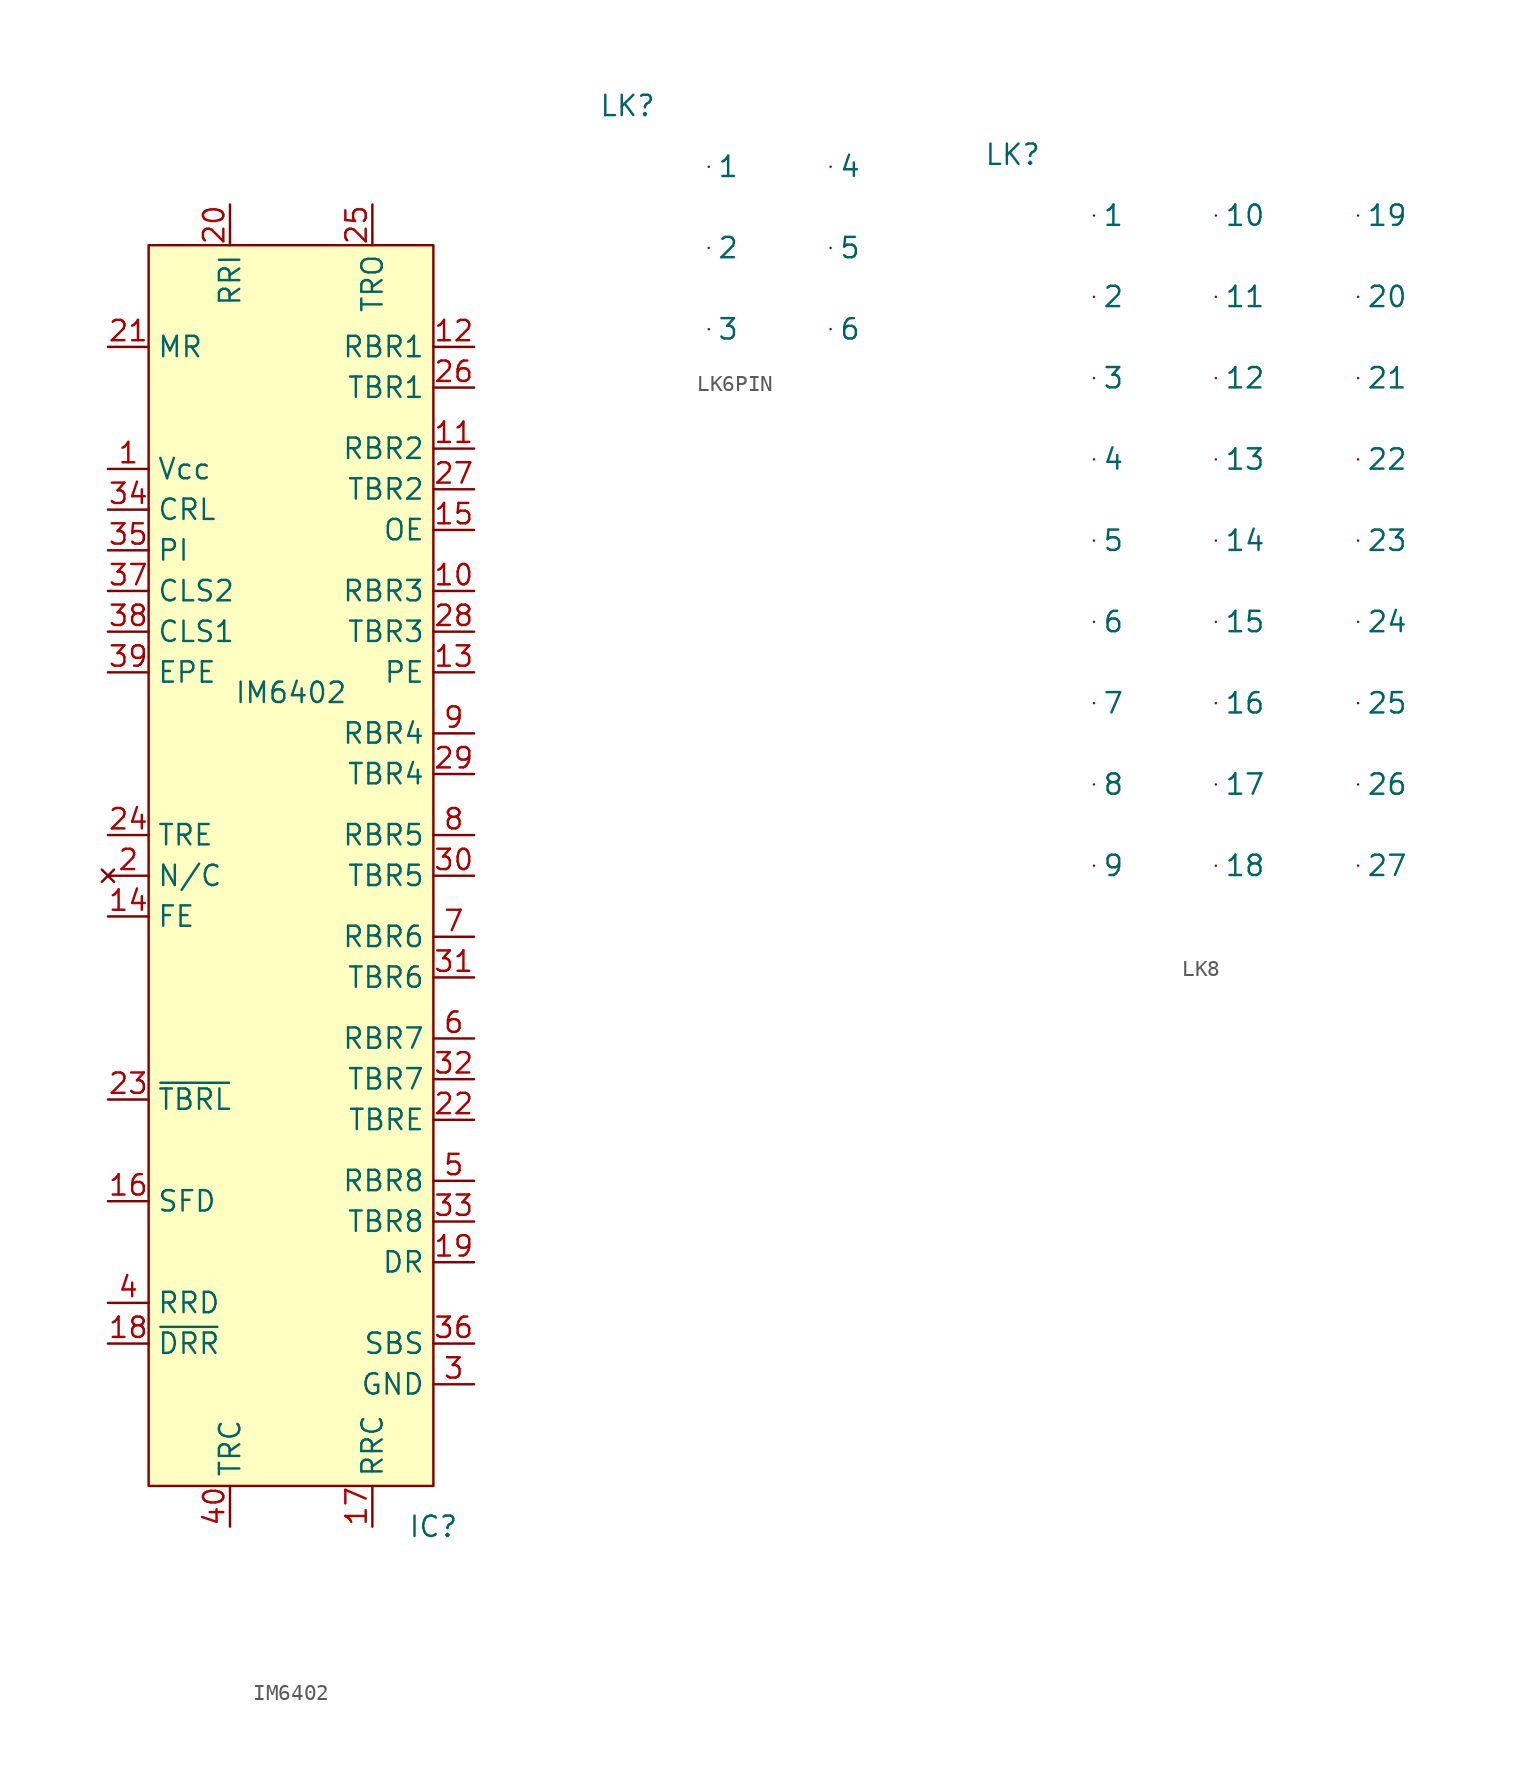
<source format=kicad_sym>
(kicad_symbol_lib
  (version 20220914)
  (generator kicad_symbol_editor)
  (symbol "IM6402"
    (property "Reference" "IC"
      (at 8.89 -41.91 0)
      (effects (font (size 1.27 1.27))))
    (property "Value" "IM6402"
      (at 0 10.16 0)
      (effects (font (size 1.27 1.27))))
    (symbol "IM6402_0_0"
      (pin power_in line (at -11.43 24.13 0) (length 2.54) (name "Vcc" (effects (font (size 1.27 1.27)))) (number "1" (effects (font (size 1.27 1.27)))))
      (pin output line (at 11.43 16.51 180) (length 2.54) (name "RBR3" (effects (font (size 1.27 1.27)))) (number "10" (effects (font (size 1.27 1.27)))))
      (pin output line (at 11.43 25.4 180) (length 2.54) (name "RBR2" (effects (font (size 1.27 1.27)))) (number "11" (effects (font (size 1.27 1.27)))))
      (pin output line (at 11.43 31.75 180) (length 2.54) (name "RBR1" (effects (font (size 1.27 1.27)))) (number "12" (effects (font (size 1.27 1.27)))))
      (pin output line (at 11.43 11.43 180) (length 2.54) (name "PE" (effects (font (size 1.27 1.27)))) (number "13" (effects (font (size 1.27 1.27)))))
      (pin output line (at -11.43 -3.81 0) (length 2.54) (name "FE" (effects (font (size 1.27 1.27)))) (number "14" (effects (font (size 1.27 1.27)))))
      (pin output line (at 11.43 20.32 180) (length 2.54) (name "OE" (effects (font (size 1.27 1.27)))) (number "15" (effects (font (size 1.27 1.27)))))
      (pin input line (at -11.43 -21.59 0) (length 2.54) (name "SFD" (effects (font (size 1.27 1.27)))) (number "16" (effects (font (size 1.27 1.27)))))
      (pin input line (at 5.08 -41.91 90) (length 2.54) (name "RRC" (effects (font (size 1.27 1.27)))) (number "17" (effects (font (size 1.27 1.27)))))
      (pin input line (at -11.43 -30.48 0) (length 2.54) (name "~{DRR}" (effects (font (size 1.27 1.27)))) (number "18" (effects (font (size 1.27 1.27)))))
      (pin output line (at 11.43 -25.4 180) (length 2.54) (name "DR" (effects (font (size 1.27 1.27)))) (number "19" (effects (font (size 1.27 1.27)))))
      (pin no_connect line (at -11.43 -1.27 0) (length 2.54) (name "N/C" (effects (font (size 1.27 1.27)))) (number "2" (effects (font (size 1.27 1.27)))))
      (pin input line (at -3.81 40.64 270) (length 2.54) (name "RRI" (effects (font (size 1.27 1.27)))) (number "20" (effects (font (size 1.27 1.27)))))
      (pin input line (at -11.43 31.75 0) (length 2.54) (name "MR" (effects (font (size 1.27 1.27)))) (number "21" (effects (font (size 1.27 1.27)))))
      (pin output line (at 11.43 -16.51 180) (length 2.54) (name "TBRE" (effects (font (size 1.27 1.27)))) (number "22" (effects (font (size 1.27 1.27)))))
      (pin input line (at -11.43 -15.24 0) (length 2.54) (name "~{TBRL}" (effects (font (size 1.27 1.27)))) (number "23" (effects (font (size 1.27 1.27)))))
      (pin output line (at -11.43 1.27 0) (length 2.54) (name "TRE" (effects (font (size 1.27 1.27)))) (number "24" (effects (font (size 1.27 1.27)))))
      (pin output line (at 5.08 40.64 270) (length 2.54) (name "TRO" (effects (font (size 1.27 1.27)))) (number "25" (effects (font (size 1.27 1.27)))))
      (pin input line (at 11.43 29.21 180) (length 2.54) (name "TBR1" (effects (font (size 1.27 1.27)))) (number "26" (effects (font (size 1.27 1.27)))))
      (pin input line (at 11.43 22.86 180) (length 2.54) (name "TBR2" (effects (font (size 1.27 1.27)))) (number "27" (effects (font (size 1.27 1.27)))))
      (pin input line (at 11.43 13.97 180) (length 2.54) (name "TBR3" (effects (font (size 1.27 1.27)))) (number "28" (effects (font (size 1.27 1.27)))))
      (pin input line (at 11.43 5.08 180) (length 2.54) (name "TBR4" (effects (font (size 1.27 1.27)))) (number "29" (effects (font (size 1.27 1.27)))))
      (pin power_in line (at 11.43 -33.02 180) (length 2.54) (name "GND" (effects (font (size 1.27 1.27)))) (number "3" (effects (font (size 1.27 1.27)))))
      (pin input line (at 11.43 -1.27 180) (length 2.54) (name "TBR5" (effects (font (size 1.27 1.27)))) (number "30" (effects (font (size 1.27 1.27)))))
      (pin input line (at 11.43 -7.62 180) (length 2.54) (name "TBR6" (effects (font (size 1.27 1.27)))) (number "31" (effects (font (size 1.27 1.27)))))
      (pin input line (at 11.43 -13.97 180) (length 2.54) (name "TBR7" (effects (font (size 1.27 1.27)))) (number "32" (effects (font (size 1.27 1.27)))))
      (pin input line (at 11.43 -22.86 180) (length 2.54) (name "TBR8" (effects (font (size 1.27 1.27)))) (number "33" (effects (font (size 1.27 1.27)))))
      (pin input line (at -11.43 21.59 0) (length 2.54) (name "CRL" (effects (font (size 1.27 1.27)))) (number "34" (effects (font (size 1.27 1.27)))))
      (pin input line (at -11.43 19.05 0) (length 2.54) (name "PI" (effects (font (size 1.27 1.27)))) (number "35" (effects (font (size 1.27 1.27)))))
      (pin input line (at 11.43 -30.48 180) (length 2.54) (name "SBS" (effects (font (size 1.27 1.27)))) (number "36" (effects (font (size 1.27 1.27)))))
      (pin input line (at -11.43 16.51 0) (length 2.54) (name "CLS2" (effects (font (size 1.27 1.27)))) (number "37" (effects (font (size 1.27 1.27)))))
      (pin input line (at -11.43 13.97 0) (length 2.54) (name "CLS1" (effects (font (size 1.27 1.27)))) (number "38" (effects (font (size 1.27 1.27)))))
      (pin input line (at -11.43 11.43 0) (length 2.54) (name "EPE" (effects (font (size 1.27 1.27)))) (number "39" (effects (font (size 1.27 1.27)))))
      (pin passive line (at -11.43 -27.94 0) (length 2.54) (name "RRD" (effects (font (size 1.27 1.27)))) (number "4" (effects (font (size 1.27 1.27)))))
      (pin input line (at -3.81 -41.91 90) (length 2.54) (name "TRC" (effects (font (size 1.27 1.27)))) (number "40" (effects (font (size 1.27 1.27)))))
      (pin output line (at 11.43 -20.32 180) (length 2.54) (name "RBR8" (effects (font (size 1.27 1.27)))) (number "5" (effects (font (size 1.27 1.27)))))
      (pin output line (at 11.43 -11.43 180) (length 2.54) (name "RBR7" (effects (font (size 1.27 1.27)))) (number "6" (effects (font (size 1.27 1.27)))))
      (pin output line (at 11.43 -5.08 180) (length 2.54) (name "RBR6" (effects (font (size 1.27 1.27)))) (number "7" (effects (font (size 1.27 1.27)))))
      (pin output line (at 11.43 1.27 180) (length 2.54) (name "RBR5" (effects (font (size 1.27 1.27)))) (number "8" (effects (font (size 1.27 1.27)))))
      (pin output line (at 11.43 7.62 180) (length 2.54) (name "RBR4" (effects (font (size 1.27 1.27)))) (number "9" (effects (font (size 1.27 1.27))))))
    (symbol "IM6402_1_1"
      (rectangle (start -8.89 38.1) (end 8.89 -39.37) (stroke (width 0) (type default)) (fill (type background)))))
  (symbol "LK6PIN"
    (pin_numbers hide)
    (property "Reference" "LK"
      (at -5.08 3.81 0)
      (effects (font (size 1.27 1.27))))
    (property "Value" ""
      (at 0 0 0)
      (effects (font (size 1.27 1.27))))
    (symbol "LK6PIN_1_0"
      (pin passive line (at 0 0 0) (length 0) (name "1" (effects (font (size 1.27 1.27)))) (number "1" (effects (font (size 1.27 1.27)))))
      (pin passive line (at 0 -5.08 0) (length 0) (name "2" (effects (font (size 1.27 1.27)))) (number "2" (effects (font (size 1.27 1.27)))))
      (pin passive line (at 0 -10.16 0) (length 0) (name "3" (effects (font (size 1.27 1.27)))) (number "3" (effects (font (size 1.27 1.27)))))
      (pin passive line (at 7.62 0 0) (length 0) (name "4" (effects (font (size 1.27 1.27)))) (number "4" (effects (font (size 1.27 1.27)))))
      (pin passive line (at 7.62 -5.08 0) (length 0) (name "5" (effects (font (size 1.27 1.27)))) (number "5" (effects (font (size 1.27 1.27)))))
      (pin passive line (at 7.62 -10.16 0) (length 0) (name "6" (effects (font (size 1.27 1.27)))) (number "6" (effects (font (size 1.27 1.27)))))))
  (symbol "LK8"
    (pin_numbers hide)
    (property "Reference" "LK"
      (at -5.08 3.81 0)
      (effects (font (size 1.27 1.27))))
    (property "Value" ""
      (at 0 0 0)
      (effects (font (size 1.27 1.27))))
    (symbol "LK8_1_0"
      (pin passive line (at 0 0 0) (length 0) (name "1" (effects (font (size 1.27 1.27)))) (number "1" (effects (font (size 1.27 1.27)))))
      (pin passive line (at 7.62 0 0) (length 0) (name "10" (effects (font (size 1.27 1.27)))) (number "10" (effects (font (size 1.27 1.27)))))
      (pin passive line (at 7.62 -5.08 0) (length 0) (name "11" (effects (font (size 1.27 1.27)))) (number "11" (effects (font (size 1.27 1.27)))))
      (pin passive line (at 7.62 -10.16 0) (length 0) (name "12" (effects (font (size 1.27 1.27)))) (number "12" (effects (font (size 1.27 1.27)))))
      (pin passive line (at 7.62 -15.24 0) (length 0) (name "13" (effects (font (size 1.27 1.27)))) (number "13" (effects (font (size 1.27 1.27)))))
      (pin passive line (at 7.62 -20.32 0) (length 0) (name "14" (effects (font (size 1.27 1.27)))) (number "14" (effects (font (size 1.27 1.27)))))
      (pin passive line (at 7.62 -25.4 0) (length 0) (name "15" (effects (font (size 1.27 1.27)))) (number "15" (effects (font (size 1.27 1.27)))))
      (pin passive line (at 7.62 -30.48 0) (length 0) (name "16" (effects (font (size 1.27 1.27)))) (number "16" (effects (font (size 1.27 1.27)))))
      (pin passive line (at 7.62 -35.56 0) (length 0) (name "17" (effects (font (size 1.27 1.27)))) (number "17" (effects (font (size 1.27 1.27)))))
      (pin passive line (at 7.62 -40.64 0) (length 0) (name "18" (effects (font (size 1.27 1.27)))) (number "18" (effects (font (size 1.27 1.27)))))
      (pin passive line (at 16.51 0 0) (length 0) (name "19" (effects (font (size 1.27 1.27)))) (number "19" (effects (font (size 1.27 1.27)))))
      (pin passive line (at 0 -5.08 0) (length 0) (name "2" (effects (font (size 1.27 1.27)))) (number "2" (effects (font (size 1.27 1.27)))))
      (pin passive line (at 16.51 -5.08 0) (length 0) (name "20" (effects (font (size 1.27 1.27)))) (number "20" (effects (font (size 1.27 1.27)))))
      (pin passive line (at 16.51 -10.16 0) (length 0) (name "21" (effects (font (size 1.27 1.27)))) (number "21" (effects (font (size 1.27 1.27)))))
      (pin passive line (at 16.51 -15.24 0) (length 0) (name "22" (effects (font (size 1.27 1.27)))) (number "22" (effects (font (size 1.27 1.27)))))
      (pin passive line (at 16.51 -20.32 0) (length 0) (name "23" (effects (font (size 1.27 1.27)))) (number "23" (effects (font (size 1.27 1.27)))))
      (pin passive line (at 16.51 -25.4 0) (length 0) (name "24" (effects (font (size 1.27 1.27)))) (number "24" (effects (font (size 1.27 1.27)))))
      (pin passive line (at 16.51 -30.48 0) (length 0) (name "25" (effects (font (size 1.27 1.27)))) (number "25" (effects (font (size 1.27 1.27)))))
      (pin passive line (at 16.51 -35.56 0) (length 0) (name "26" (effects (font (size 1.27 1.27)))) (number "26" (effects (font (size 1.27 1.27)))))
      (pin passive line (at 16.51 -40.64 0) (length 0) (name "27" (effects (font (size 1.27 1.27)))) (number "27" (effects (font (size 1.27 1.27)))))
      (pin passive line (at 0 -10.16 0) (length 0) (name "3" (effects (font (size 1.27 1.27)))) (number "3" (effects (font (size 1.27 1.27)))))
      (pin passive line (at 0 -15.24 0) (length 0) (name "4" (effects (font (size 1.27 1.27)))) (number "4" (effects (font (size 1.27 1.27)))))
      (pin passive line (at 0 -20.32 0) (length 0) (name "5" (effects (font (size 1.27 1.27)))) (number "5" (effects (font (size 1.27 1.27)))))
      (pin passive line (at 0 -25.4 0) (length 0) (name "6" (effects (font (size 1.27 1.27)))) (number "6" (effects (font (size 1.27 1.27)))))
      (pin passive line (at 0 -30.48 0) (length 0) (name "7" (effects (font (size 1.27 1.27)))) (number "7" (effects (font (size 1.27 1.27)))))
      (pin passive line (at 0 -35.56 0) (length 0) (name "8" (effects (font (size 1.27 1.27)))) (number "8" (effects (font (size 1.27 1.27)))))
      (pin passive line (at 0 -40.64 0) (length 0) (name "9" (effects (font (size 1.27 1.27)))) (number "9" (effects (font (size 1.27 1.27))))))))
</source>
